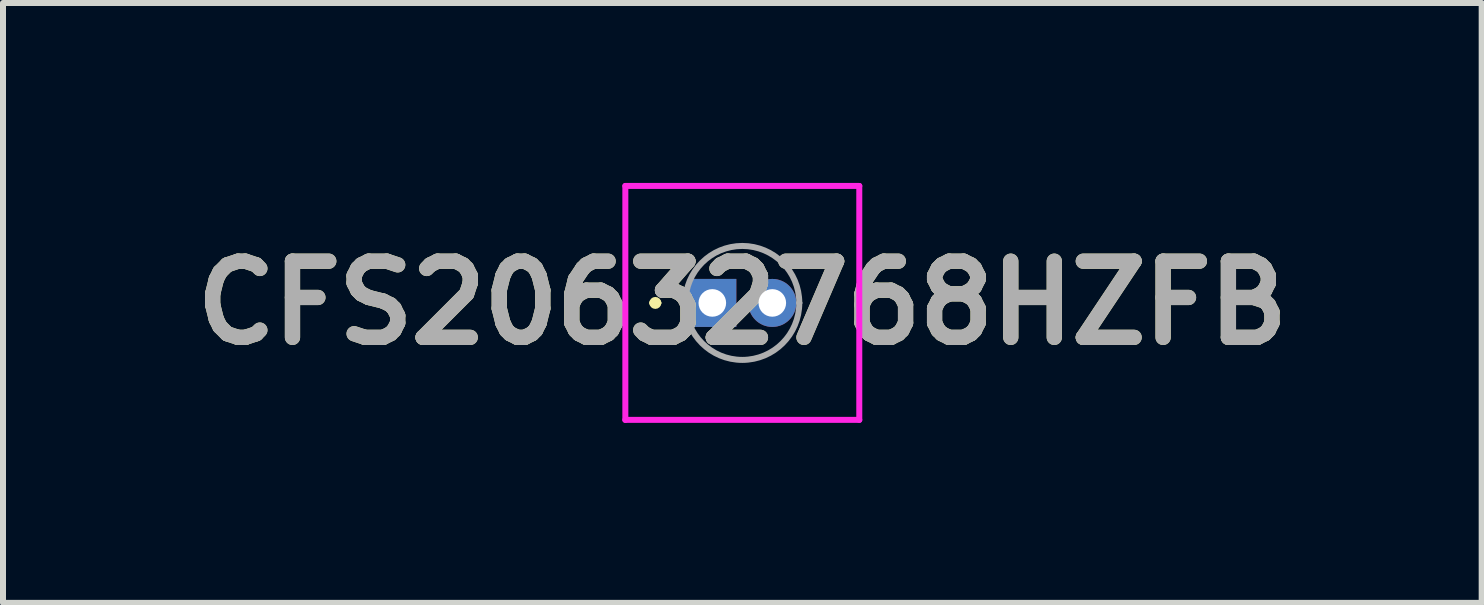
<source format=kicad_pcb>
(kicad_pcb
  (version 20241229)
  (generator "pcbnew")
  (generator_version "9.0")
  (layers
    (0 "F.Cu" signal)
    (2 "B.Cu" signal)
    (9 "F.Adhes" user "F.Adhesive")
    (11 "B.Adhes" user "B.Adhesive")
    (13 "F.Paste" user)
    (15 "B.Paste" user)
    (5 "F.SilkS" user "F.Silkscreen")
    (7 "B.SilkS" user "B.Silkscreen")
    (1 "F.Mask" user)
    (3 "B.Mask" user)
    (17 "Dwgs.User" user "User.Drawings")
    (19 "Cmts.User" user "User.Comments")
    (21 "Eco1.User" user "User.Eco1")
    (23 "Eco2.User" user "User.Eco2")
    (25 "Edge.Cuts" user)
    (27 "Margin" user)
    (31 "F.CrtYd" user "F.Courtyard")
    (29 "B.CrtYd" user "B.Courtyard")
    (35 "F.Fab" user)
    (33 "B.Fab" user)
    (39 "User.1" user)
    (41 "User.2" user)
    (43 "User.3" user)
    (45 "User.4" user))
  (footprint "CFS20632768HZFB"
    (layer "F.Cu")
    (at 8.825 2)
    (property "Reference" "CFS20632768HZFB" (at 0.5 0 0) (layer "F.SilkS") (effects (font (size 1.27 1.27) (thickness 0.254))))
    (attr through_hole)
    (fp_line (start -1 0) (end -1 0) (stroke (width 0.1) (type solid)) (layer "F.SilkS"))
    (fp_line (start -0.9 0) (end -0.9 0) (stroke (width 0.1) (type solid)) (layer "F.SilkS"))
    (fp_arc (start -1 0) (mid -0.95 -0.05) (end -0.9 0) (stroke (width 0.1) (type solid)) (layer "F.SilkS"))
    (fp_arc (start -0.9 0) (mid -0.95 0.05) (end -1 0) (stroke (width 0.1) (type solid)) (layer "F.SilkS"))
    (fp_line (start -1.45 -1.95) (end 2.45 -1.95) (stroke (width 0.1) (type solid)) (layer "F.CrtYd"))
    (fp_line (start -1.45 1.95) (end -1.45 -1.95) (stroke (width 0.1) (type solid)) (layer "F.CrtYd"))
    (fp_line (start 2.45 -1.95) (end 2.45 1.95) (stroke (width 0.1) (type solid)) (layer "F.CrtYd"))
    (fp_line (start 2.45 1.95) (end -1.45 1.95) (stroke (width 0.1) (type solid)) (layer "F.CrtYd"))
    (fp_line (start -0.45 0) (end -0.45 0) (stroke (width 0.1) (type solid)) (layer "F.Fab"))
    (fp_line (start 1.45 0) (end 1.45 0) (stroke (width 0.1) (type solid)) (layer "F.Fab"))
    (fp_arc (start -0.45 0) (mid 0.5 -0.95) (end 1.45 0) (stroke (width 0.1) (type solid)) (layer "F.Fab"))
    (fp_arc (start 1.45 0) (mid 0.5 0.95) (end -0.45 0) (stroke (width 0.1) (type solid)) (layer "F.Fab"))
    (fp_text user "${REFERENCE}" (at 0.5 0 0) (layer "F.Fab") (effects (font (size 1.27 1.27) (thickness 0.254))))
    (pad "1" thru_hole rect (at 0 0) (size 0.8 0.8) (drill 0.46) (layers "*.Cu" "*.Mask"))
    (pad "2" thru_hole circle (at 1 0) (size 0.8 0.8) (drill 0.46) (layers "*.Cu" "*.Mask")))
  (gr_rect
    (start -3 -3)
    (end 21.651 7)
    (stroke (width 0.1) (type default))
    (fill no)
    (layer "Edge.Cuts")))
</source>
